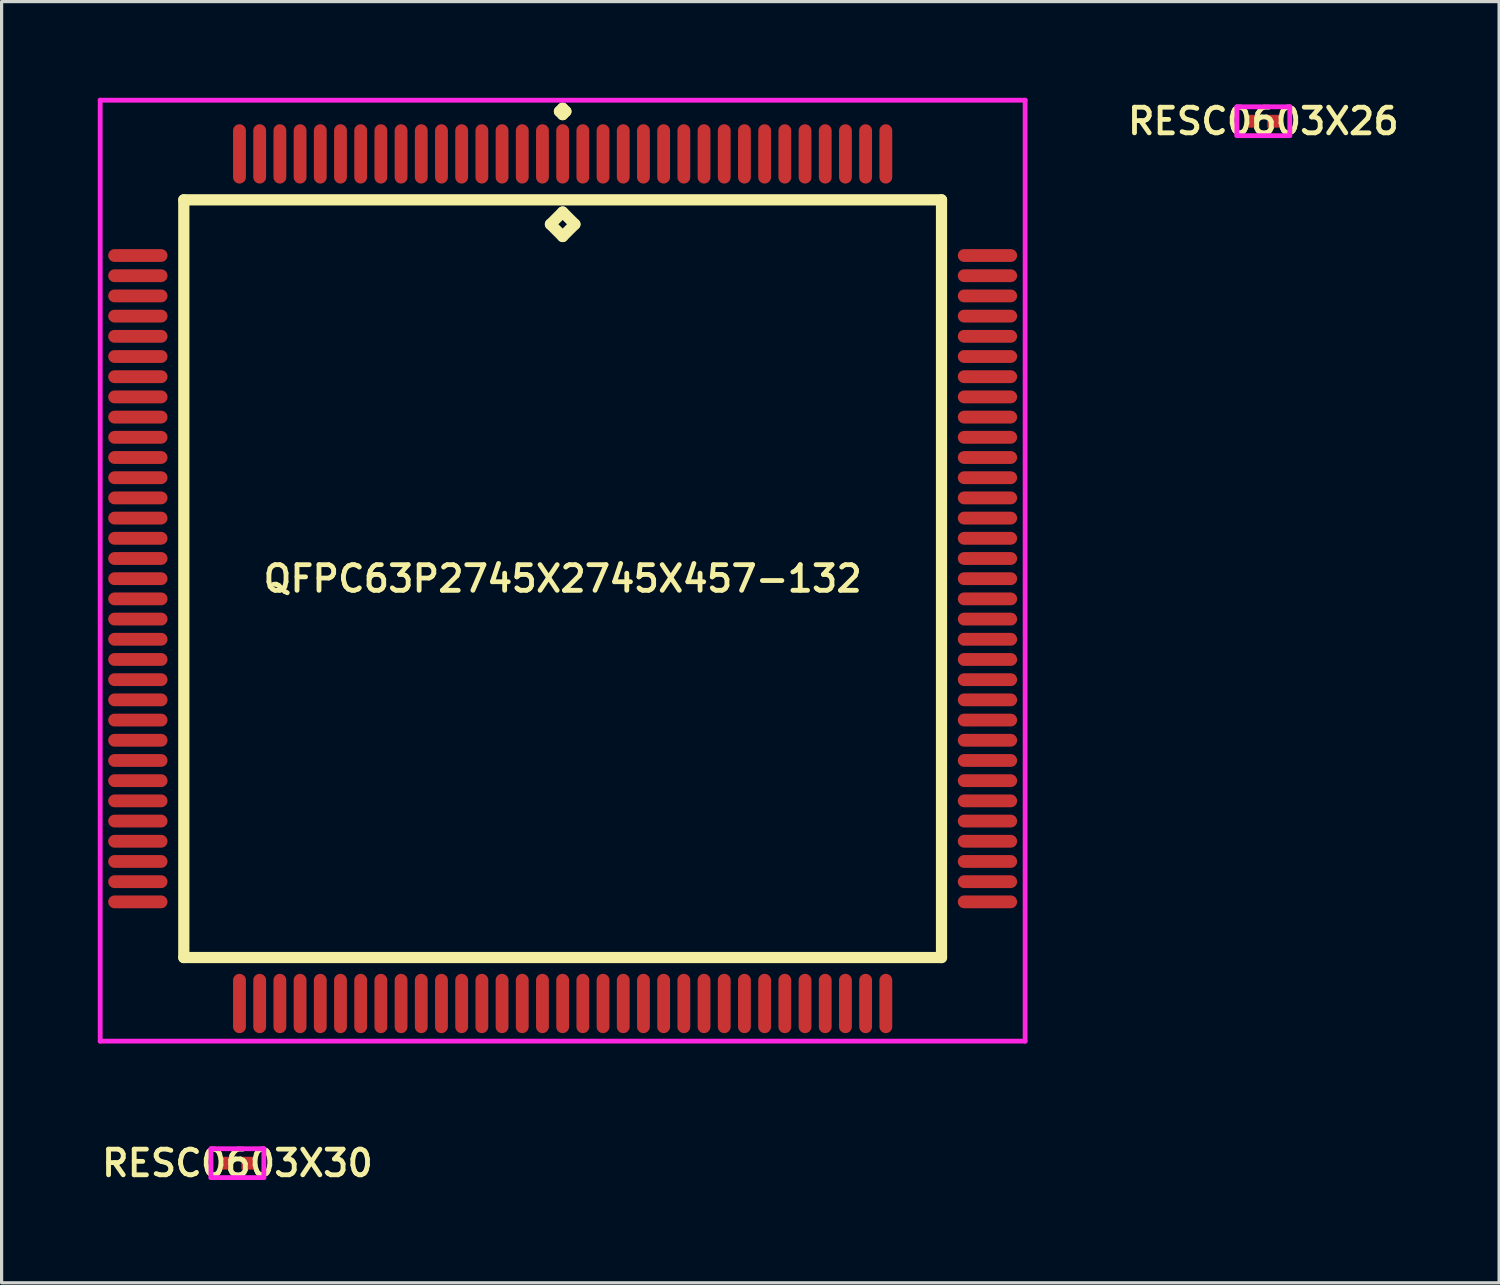
<source format=kicad_pcb>
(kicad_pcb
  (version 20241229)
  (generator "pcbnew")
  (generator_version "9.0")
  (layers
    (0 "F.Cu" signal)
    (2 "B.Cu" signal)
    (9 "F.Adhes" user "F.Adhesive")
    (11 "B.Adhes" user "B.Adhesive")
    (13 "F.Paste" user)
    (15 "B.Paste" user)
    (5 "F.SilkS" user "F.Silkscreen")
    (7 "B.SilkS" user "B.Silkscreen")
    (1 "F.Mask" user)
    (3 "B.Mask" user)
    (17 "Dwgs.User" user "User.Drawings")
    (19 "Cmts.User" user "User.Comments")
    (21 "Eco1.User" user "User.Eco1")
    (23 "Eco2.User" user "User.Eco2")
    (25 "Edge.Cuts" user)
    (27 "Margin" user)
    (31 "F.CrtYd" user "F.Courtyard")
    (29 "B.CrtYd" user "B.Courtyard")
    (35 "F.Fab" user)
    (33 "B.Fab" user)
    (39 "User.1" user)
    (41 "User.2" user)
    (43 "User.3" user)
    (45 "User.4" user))
  (footprint "RESC0603X30"
    (layer "F.Cu")
    (at 4.355 33.231)
    (property "Reference" "RESC0603X30" (at 0 0 0) (layer "F.SilkS") (effects (font (size 0.8 0.8) (thickness 0.15))))
    (attr smd)
    (fp_line (start -0.825 -0.45) (end 0.825 -0.45) (stroke (width 0.15) (type solid)) (layer "F.CrtYd"))
    (fp_line (start -0.825 0.45) (end -0.825 -0.45) (stroke (width 0.15) (type solid)) (layer "F.CrtYd"))
    (fp_line (start 0.825 -0.45) (end 0.825 0.45) (stroke (width 0.15) (type solid)) (layer "F.CrtYd"))
    (fp_line (start 0.825 0.45) (end -0.825 0.45) (stroke (width 0.15) (type solid)) (layer "F.CrtYd"))
    (pad "1" smd rect (at -0.35 0) (size 0.45 0.4) (layers "F.Cu" "F.Mask" "F.Paste"))
    (pad "2" smd rect (at 0.35 0) (size 0.45 0.4) (layers "F.Cu" "F.Mask" "F.Paste")))
  (footprint "QFPC63P2745X2745X457-132"
    (layer "F.Cu")
    (at 14.5 15)
    (property "Reference" "QFPC63P2745X2745X457-132" (at 0 0 0) (layer "F.SilkS") (effects (font (size 0.8 0.8) (thickness 0.15))))
    (attr smd)
    (fp_line (start -11.817 -11.817) (end -11.817 11.817) (stroke (width 0.35) (type solid)) (layer "F.SilkS"))
    (fp_line (start -11.817 11.817) (end 11.817 11.817) (stroke (width 0.35) (type solid)) (layer "F.SilkS"))
    (fp_line (start -0.381 -11.055) (end 0 -11.436) (stroke (width 0.35) (type solid)) (layer "F.SilkS"))
    (fp_line (start -0.1 -14.575) (end 0 -14.675) (stroke (width 0.35) (type solid)) (layer "F.SilkS"))
    (fp_line (start 0 -14.675) (end 0.1 -14.575) (stroke (width 0.35) (type solid)) (layer "F.SilkS"))
    (fp_line (start 0 -14.475) (end -0.1 -14.575) (stroke (width 0.35) (type solid)) (layer "F.SilkS"))
    (fp_line (start 0 -11.436) (end 0.381 -11.055) (stroke (width 0.35) (type solid)) (layer "F.SilkS"))
    (fp_line (start 0 -10.674) (end -0.381 -11.055) (stroke (width 0.35) (type solid)) (layer "F.SilkS"))
    (fp_line (start 0.1 -14.575) (end 0 -14.475) (stroke (width 0.35) (type solid)) (layer "F.SilkS"))
    (fp_line (start 0.381 -11.055) (end 0 -10.674) (stroke (width 0.35) (type solid)) (layer "F.SilkS"))
    (fp_line (start 11.817 -11.817) (end -11.817 -11.817) (stroke (width 0.35) (type solid)) (layer "F.SilkS"))
    (fp_line (start 11.817 11.817) (end 11.817 -11.817) (stroke (width 0.35) (type solid)) (layer "F.SilkS"))
    (fp_line (start -14.425 -14.925) (end 14.425 -14.925) (stroke (width 0.15) (type solid)) (layer "F.CrtYd"))
    (fp_line (start -14.425 14.425) (end -14.425 -14.925) (stroke (width 0.15) (type solid)) (layer "F.CrtYd"))
    (fp_line (start 14.425 -14.925) (end 14.425 14.425) (stroke (width 0.15) (type solid)) (layer "F.CrtYd"))
    (fp_line (start 14.425 14.425) (end -14.425 14.425) (stroke (width 0.15) (type solid)) (layer "F.CrtYd"))
    (pad "1" smd oval (at 0 -13.25) (size 0.4 1.85) (layers "F.Cu" "F.Mask" "F.Paste"))
    (pad "2" smd oval (at -0.63 -13.25) (size 0.4 1.85) (layers "F.Cu" "F.Mask" "F.Paste"))
    (pad "3" smd oval (at -1.26 -13.25) (size 0.4 1.85) (layers "F.Cu" "F.Mask" "F.Paste"))
    (pad "4" smd oval (at -1.89 -13.25) (size 0.4 1.85) (layers "F.Cu" "F.Mask" "F.Paste"))
    (pad "5" smd oval (at -2.52 -13.25) (size 0.4 1.85) (layers "F.Cu" "F.Mask" "F.Paste"))
    (pad "6" smd oval (at -3.15 -13.25) (size 0.4 1.85) (layers "F.Cu" "F.Mask" "F.Paste"))
    (pad "7" smd oval (at -3.78 -13.25) (size 0.4 1.85) (layers "F.Cu" "F.Mask" "F.Paste"))
    (pad "8" smd oval (at -4.41 -13.25) (size 0.4 1.85) (layers "F.Cu" "F.Mask" "F.Paste"))
    (pad "9" smd oval (at -5.04 -13.25) (size 0.4 1.85) (layers "F.Cu" "F.Mask" "F.Paste"))
    (pad "10" smd oval (at -5.67 -13.25) (size 0.4 1.85) (layers "F.Cu" "F.Mask" "F.Paste"))
    (pad "11" smd oval (at -6.3 -13.25) (size 0.4 1.85) (layers "F.Cu" "F.Mask" "F.Paste"))
    (pad "12" smd oval (at -6.93 -13.25) (size 0.4 1.85) (layers "F.Cu" "F.Mask" "F.Paste"))
    (pad "13" smd oval (at -7.56 -13.25) (size 0.4 1.85) (layers "F.Cu" "F.Mask" "F.Paste"))
    (pad "14" smd oval (at -8.19 -13.25) (size 0.4 1.85) (layers "F.Cu" "F.Mask" "F.Paste"))
    (pad "15" smd oval (at -8.82 -13.25) (size 0.4 1.85) (layers "F.Cu" "F.Mask" "F.Paste"))
    (pad "16" smd oval (at -9.45 -13.25) (size 0.4 1.85) (layers "F.Cu" "F.Mask" "F.Paste"))
    (pad "17" smd oval (at -10.08 -13.25) (size 0.4 1.85) (layers "F.Cu" "F.Mask" "F.Paste"))
    (pad "18" smd oval (at -13.25 -10.08) (size 1.85 0.4) (layers "F.Cu" "F.Mask" "F.Paste"))
    (pad "19" smd oval (at -13.25 -9.45) (size 1.85 0.4) (layers "F.Cu" "F.Mask" "F.Paste"))
    (pad "20" smd oval (at -13.25 -8.82) (size 1.85 0.4) (layers "F.Cu" "F.Mask" "F.Paste"))
    (pad "21" smd oval (at -13.25 -8.19) (size 1.85 0.4) (layers "F.Cu" "F.Mask" "F.Paste"))
    (pad "22" smd oval (at -13.25 -7.56) (size 1.85 0.4) (layers "F.Cu" "F.Mask" "F.Paste"))
    (pad "23" smd oval (at -13.25 -6.93) (size 1.85 0.4) (layers "F.Cu" "F.Mask" "F.Paste"))
    (pad "24" smd oval (at -13.25 -6.3) (size 1.85 0.4) (layers "F.Cu" "F.Mask" "F.Paste"))
    (pad "25" smd oval (at -13.25 -5.67) (size 1.85 0.4) (layers "F.Cu" "F.Mask" "F.Paste"))
    (pad "26" smd oval (at -13.25 -5.04) (size 1.85 0.4) (layers "F.Cu" "F.Mask" "F.Paste"))
    (pad "27" smd oval (at -13.25 -4.41) (size 1.85 0.4) (layers "F.Cu" "F.Mask" "F.Paste"))
    (pad "28" smd oval (at -13.25 -3.78) (size 1.85 0.4) (layers "F.Cu" "F.Mask" "F.Paste"))
    (pad "29" smd oval (at -13.25 -3.15) (size 1.85 0.4) (layers "F.Cu" "F.Mask" "F.Paste"))
    (pad "30" smd oval (at -13.25 -2.52) (size 1.85 0.4) (layers "F.Cu" "F.Mask" "F.Paste"))
    (pad "31" smd oval (at -13.25 -1.89) (size 1.85 0.4) (layers "F.Cu" "F.Mask" "F.Paste"))
    (pad "32" smd oval (at -13.25 -1.26) (size 1.85 0.4) (layers "F.Cu" "F.Mask" "F.Paste"))
    (pad "33" smd oval (at -13.25 -0.63) (size 1.85 0.4) (layers "F.Cu" "F.Mask" "F.Paste"))
    (pad "34" smd oval (at -13.25 0) (size 1.85 0.4) (layers "F.Cu" "F.Mask" "F.Paste"))
    (pad "35" smd oval (at -13.25 0.63) (size 1.85 0.4) (layers "F.Cu" "F.Mask" "F.Paste"))
    (pad "36" smd oval (at -13.25 1.26) (size 1.85 0.4) (layers "F.Cu" "F.Mask" "F.Paste"))
    (pad "37" smd oval (at -13.25 1.89) (size 1.85 0.4) (layers "F.Cu" "F.Mask" "F.Paste"))
    (pad "38" smd oval (at -13.25 2.52) (size 1.85 0.4) (layers "F.Cu" "F.Mask" "F.Paste"))
    (pad "39" smd oval (at -13.25 3.15) (size 1.85 0.4) (layers "F.Cu" "F.Mask" "F.Paste"))
    (pad "40" smd oval (at -13.25 3.78) (size 1.85 0.4) (layers "F.Cu" "F.Mask" "F.Paste"))
    (pad "41" smd oval (at -13.25 4.41) (size 1.85 0.4) (layers "F.Cu" "F.Mask" "F.Paste"))
    (pad "42" smd oval (at -13.25 5.04) (size 1.85 0.4) (layers "F.Cu" "F.Mask" "F.Paste"))
    (pad "43" smd oval (at -13.25 5.67) (size 1.85 0.4) (layers "F.Cu" "F.Mask" "F.Paste"))
    (pad "44" smd oval (at -13.25 6.3) (size 1.85 0.4) (layers "F.Cu" "F.Mask" "F.Paste"))
    (pad "45" smd oval (at -13.25 6.93) (size 1.85 0.4) (layers "F.Cu" "F.Mask" "F.Paste"))
    (pad "46" smd oval (at -13.25 7.56) (size 1.85 0.4) (layers "F.Cu" "F.Mask" "F.Paste"))
    (pad "47" smd oval (at -13.25 8.19) (size 1.85 0.4) (layers "F.Cu" "F.Mask" "F.Paste"))
    (pad "48" smd oval (at -13.25 8.82) (size 1.85 0.4) (layers "F.Cu" "F.Mask" "F.Paste"))
    (pad "49" smd oval (at -13.25 9.45) (size 1.85 0.4) (layers "F.Cu" "F.Mask" "F.Paste"))
    (pad "50" smd oval (at -13.25 10.08) (size 1.85 0.4) (layers "F.Cu" "F.Mask" "F.Paste"))
    (pad "51" smd oval (at -10.08 13.25) (size 0.4 1.85) (layers "F.Cu" "F.Mask" "F.Paste"))
    (pad "52" smd oval (at -9.45 13.25) (size 0.4 1.85) (layers "F.Cu" "F.Mask" "F.Paste"))
    (pad "53" smd oval (at -8.82 13.25) (size 0.4 1.85) (layers "F.Cu" "F.Mask" "F.Paste"))
    (pad "54" smd oval (at -8.19 13.25) (size 0.4 1.85) (layers "F.Cu" "F.Mask" "F.Paste"))
    (pad "55" smd oval (at -7.56 13.25) (size 0.4 1.85) (layers "F.Cu" "F.Mask" "F.Paste"))
    (pad "56" smd oval (at -6.93 13.25) (size 0.4 1.85) (layers "F.Cu" "F.Mask" "F.Paste"))
    (pad "57" smd oval (at -6.3 13.25) (size 0.4 1.85) (layers "F.Cu" "F.Mask" "F.Paste"))
    (pad "58" smd oval (at -5.67 13.25) (size 0.4 1.85) (layers "F.Cu" "F.Mask" "F.Paste"))
    (pad "59" smd oval (at -5.04 13.25) (size 0.4 1.85) (layers "F.Cu" "F.Mask" "F.Paste"))
    (pad "60" smd oval (at -4.41 13.25) (size 0.4 1.85) (layers "F.Cu" "F.Mask" "F.Paste"))
    (pad "61" smd oval (at -3.78 13.25) (size 0.4 1.85) (layers "F.Cu" "F.Mask" "F.Paste"))
    (pad "62" smd oval (at -3.15 13.25) (size 0.4 1.85) (layers "F.Cu" "F.Mask" "F.Paste"))
    (pad "63" smd oval (at -2.52 13.25) (size 0.4 1.85) (layers "F.Cu" "F.Mask" "F.Paste"))
    (pad "64" smd oval (at -1.89 13.25) (size 0.4 1.85) (layers "F.Cu" "F.Mask" "F.Paste"))
    (pad "65" smd oval (at -1.26 13.25) (size 0.4 1.85) (layers "F.Cu" "F.Mask" "F.Paste"))
    (pad "66" smd oval (at -0.63 13.25) (size 0.4 1.85) (layers "F.Cu" "F.Mask" "F.Paste"))
    (pad "67" smd oval (at 0 13.25) (size 0.4 1.85) (layers "F.Cu" "F.Mask" "F.Paste"))
    (pad "68" smd oval (at 0.63 13.25) (size 0.4 1.85) (layers "F.Cu" "F.Mask" "F.Paste"))
    (pad "69" smd oval (at 1.26 13.25) (size 0.4 1.85) (layers "F.Cu" "F.Mask" "F.Paste"))
    (pad "70" smd oval (at 1.89 13.25) (size 0.4 1.85) (layers "F.Cu" "F.Mask" "F.Paste"))
    (pad "71" smd oval (at 2.52 13.25) (size 0.4 1.85) (layers "F.Cu" "F.Mask" "F.Paste"))
    (pad "72" smd oval (at 3.15 13.25) (size 0.4 1.85) (layers "F.Cu" "F.Mask" "F.Paste"))
    (pad "73" smd oval (at 3.78 13.25) (size 0.4 1.85) (layers "F.Cu" "F.Mask" "F.Paste"))
    (pad "74" smd oval (at 4.41 13.25) (size 0.4 1.85) (layers "F.Cu" "F.Mask" "F.Paste"))
    (pad "75" smd oval (at 5.04 13.25) (size 0.4 1.85) (layers "F.Cu" "F.Mask" "F.Paste"))
    (pad "76" smd oval (at 5.67 13.25) (size 0.4 1.85) (layers "F.Cu" "F.Mask" "F.Paste"))
    (pad "77" smd oval (at 6.3 13.25) (size 0.4 1.85) (layers "F.Cu" "F.Mask" "F.Paste"))
    (pad "78" smd oval (at 6.93 13.25) (size 0.4 1.85) (layers "F.Cu" "F.Mask" "F.Paste"))
    (pad "79" smd oval (at 7.56 13.25) (size 0.4 1.85) (layers "F.Cu" "F.Mask" "F.Paste"))
    (pad "80" smd oval (at 8.19 13.25) (size 0.4 1.85) (layers "F.Cu" "F.Mask" "F.Paste"))
    (pad "81" smd oval (at 8.82 13.25) (size 0.4 1.85) (layers "F.Cu" "F.Mask" "F.Paste"))
    (pad "82" smd oval (at 9.45 13.25) (size 0.4 1.85) (layers "F.Cu" "F.Mask" "F.Paste"))
    (pad "83" smd oval (at 10.08 13.25) (size 0.4 1.85) (layers "F.Cu" "F.Mask" "F.Paste"))
    (pad "84" smd oval (at 13.25 10.08) (size 1.85 0.4) (layers "F.Cu" "F.Mask" "F.Paste"))
    (pad "85" smd oval (at 13.25 9.45) (size 1.85 0.4) (layers "F.Cu" "F.Mask" "F.Paste"))
    (pad "86" smd oval (at 13.25 8.82) (size 1.85 0.4) (layers "F.Cu" "F.Mask" "F.Paste"))
    (pad "87" smd oval (at 13.25 8.19) (size 1.85 0.4) (layers "F.Cu" "F.Mask" "F.Paste"))
    (pad "88" smd oval (at 13.25 7.56) (size 1.85 0.4) (layers "F.Cu" "F.Mask" "F.Paste"))
    (pad "89" smd oval (at 13.25 6.93) (size 1.85 0.4) (layers "F.Cu" "F.Mask" "F.Paste"))
    (pad "90" smd oval (at 13.25 6.3) (size 1.85 0.4) (layers "F.Cu" "F.Mask" "F.Paste"))
    (pad "91" smd oval (at 13.25 5.67) (size 1.85 0.4) (layers "F.Cu" "F.Mask" "F.Paste"))
    (pad "92" smd oval (at 13.25 5.04) (size 1.85 0.4) (layers "F.Cu" "F.Mask" "F.Paste"))
    (pad "93" smd oval (at 13.25 4.41) (size 1.85 0.4) (layers "F.Cu" "F.Mask" "F.Paste"))
    (pad "94" smd oval (at 13.25 3.78) (size 1.85 0.4) (layers "F.Cu" "F.Mask" "F.Paste"))
    (pad "95" smd oval (at 13.25 3.15) (size 1.85 0.4) (layers "F.Cu" "F.Mask" "F.Paste"))
    (pad "96" smd oval (at 13.25 2.52) (size 1.85 0.4) (layers "F.Cu" "F.Mask" "F.Paste"))
    (pad "97" smd oval (at 13.25 1.89) (size 1.85 0.4) (layers "F.Cu" "F.Mask" "F.Paste"))
    (pad "98" smd oval (at 13.25 1.26) (size 1.85 0.4) (layers "F.Cu" "F.Mask" "F.Paste"))
    (pad "99" smd oval (at 13.25 0.63) (size 1.85 0.4) (layers "F.Cu" "F.Mask" "F.Paste"))
    (pad "100" smd oval (at 13.25 0) (size 1.85 0.4) (layers "F.Cu" "F.Mask" "F.Paste"))
    (pad "101" smd oval (at 13.25 -0.63) (size 1.85 0.4) (layers "F.Cu" "F.Mask" "F.Paste"))
    (pad "102" smd oval (at 13.25 -1.26) (size 1.85 0.4) (layers "F.Cu" "F.Mask" "F.Paste"))
    (pad "103" smd oval (at 13.25 -1.89) (size 1.85 0.4) (layers "F.Cu" "F.Mask" "F.Paste"))
    (pad "104" smd oval (at 13.25 -2.52) (size 1.85 0.4) (layers "F.Cu" "F.Mask" "F.Paste"))
    (pad "105" smd oval (at 13.25 -3.15) (size 1.85 0.4) (layers "F.Cu" "F.Mask" "F.Paste"))
    (pad "106" smd oval (at 13.25 -3.78) (size 1.85 0.4) (layers "F.Cu" "F.Mask" "F.Paste"))
    (pad "107" smd oval (at 13.25 -4.41) (size 1.85 0.4) (layers "F.Cu" "F.Mask" "F.Paste"))
    (pad "108" smd oval (at 13.25 -5.04) (size 1.85 0.4) (layers "F.Cu" "F.Mask" "F.Paste"))
    (pad "109" smd oval (at 13.25 -5.67) (size 1.85 0.4) (layers "F.Cu" "F.Mask" "F.Paste"))
    (pad "110" smd oval (at 13.25 -6.3) (size 1.85 0.4) (layers "F.Cu" "F.Mask" "F.Paste"))
    (pad "111" smd oval (at 13.25 -6.93) (size 1.85 0.4) (layers "F.Cu" "F.Mask" "F.Paste"))
    (pad "112" smd oval (at 13.25 -7.56) (size 1.85 0.4) (layers "F.Cu" "F.Mask" "F.Paste"))
    (pad "113" smd oval (at 13.25 -8.19) (size 1.85 0.4) (layers "F.Cu" "F.Mask" "F.Paste"))
    (pad "114" smd oval (at 13.25 -8.82) (size 1.85 0.4) (layers "F.Cu" "F.Mask" "F.Paste"))
    (pad "115" smd oval (at 13.25 -9.45) (size 1.85 0.4) (layers "F.Cu" "F.Mask" "F.Paste"))
    (pad "116" smd oval (at 13.25 -10.08) (size 1.85 0.4) (layers "F.Cu" "F.Mask" "F.Paste"))
    (pad "117" smd oval (at 10.08 -13.25) (size 0.4 1.85) (layers "F.Cu" "F.Mask" "F.Paste"))
    (pad "118" smd oval (at 9.45 -13.25) (size 0.4 1.85) (layers "F.Cu" "F.Mask" "F.Paste"))
    (pad "119" smd oval (at 8.82 -13.25) (size 0.4 1.85) (layers "F.Cu" "F.Mask" "F.Paste"))
    (pad "120" smd oval (at 8.19 -13.25) (size 0.4 1.85) (layers "F.Cu" "F.Mask" "F.Paste"))
    (pad "121" smd oval (at 7.56 -13.25) (size 0.4 1.85) (layers "F.Cu" "F.Mask" "F.Paste"))
    (pad "122" smd oval (at 6.93 -13.25) (size 0.4 1.85) (layers "F.Cu" "F.Mask" "F.Paste"))
    (pad "123" smd oval (at 6.3 -13.25) (size 0.4 1.85) (layers "F.Cu" "F.Mask" "F.Paste"))
    (pad "124" smd oval (at 5.67 -13.25) (size 0.4 1.85) (layers "F.Cu" "F.Mask" "F.Paste"))
    (pad "125" smd oval (at 5.04 -13.25) (size 0.4 1.85) (layers "F.Cu" "F.Mask" "F.Paste"))
    (pad "126" smd oval (at 4.41 -13.25) (size 0.4 1.85) (layers "F.Cu" "F.Mask" "F.Paste"))
    (pad "127" smd oval (at 3.78 -13.25) (size 0.4 1.85) (layers "F.Cu" "F.Mask" "F.Paste"))
    (pad "128" smd oval (at 3.15 -13.25) (size 0.4 1.85) (layers "F.Cu" "F.Mask" "F.Paste"))
    (pad "129" smd oval (at 2.52 -13.25) (size 0.4 1.85) (layers "F.Cu" "F.Mask" "F.Paste"))
    (pad "130" smd oval (at 1.89 -13.25) (size 0.4 1.85) (layers "F.Cu" "F.Mask" "F.Paste"))
    (pad "131" smd oval (at 1.26 -13.25) (size 0.4 1.85) (layers "F.Cu" "F.Mask" "F.Paste"))
    (pad "132" smd oval (at 0.63 -13.25) (size 0.4 1.85) (layers "F.Cu" "F.Mask" "F.Paste")))
  (footprint "RESC0603X26"
    (layer "F.Cu")
    (at 36.355 0.731)
    (property "Reference" "RESC0603X26" (at 0 0 0) (layer "F.SilkS") (effects (font (size 0.8 0.8) (thickness 0.15))))
    (attr smd)
    (fp_line (start -0.825 -0.45) (end 0.825 -0.45) (stroke (width 0.15) (type solid)) (layer "F.CrtYd"))
    (fp_line (start -0.825 0.45) (end -0.825 -0.45) (stroke (width 0.15) (type solid)) (layer "F.CrtYd"))
    (fp_line (start 0.825 -0.45) (end 0.825 0.45) (stroke (width 0.15) (type solid)) (layer "F.CrtYd"))
    (fp_line (start 0.825 0.45) (end -0.825 0.45) (stroke (width 0.15) (type solid)) (layer "F.CrtYd"))
    (pad "1" smd rect (at -0.35 0) (size 0.45 0.4) (layers "F.Cu" "F.Mask" "F.Paste"))
    (pad "2" smd rect (at 0.35 0) (size 0.45 0.4) (layers "F.Cu" "F.Mask" "F.Paste")))
  (gr_rect
    (start -3 -3)
    (end 43.709 36.962)
    (stroke (width 0.1) (type default))
    (fill no)
    (layer "Edge.Cuts")))
</source>
